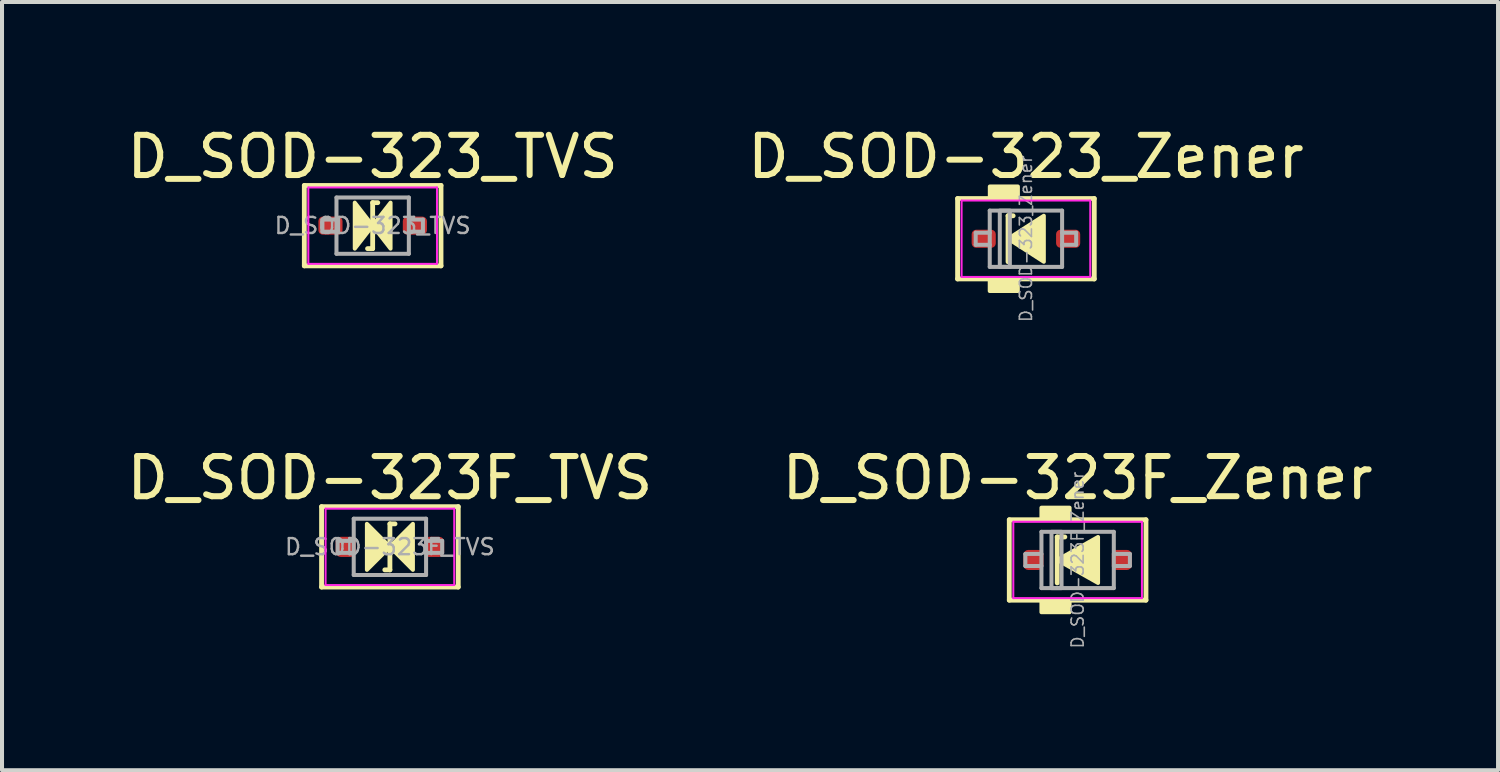
<source format=kicad_pcb>
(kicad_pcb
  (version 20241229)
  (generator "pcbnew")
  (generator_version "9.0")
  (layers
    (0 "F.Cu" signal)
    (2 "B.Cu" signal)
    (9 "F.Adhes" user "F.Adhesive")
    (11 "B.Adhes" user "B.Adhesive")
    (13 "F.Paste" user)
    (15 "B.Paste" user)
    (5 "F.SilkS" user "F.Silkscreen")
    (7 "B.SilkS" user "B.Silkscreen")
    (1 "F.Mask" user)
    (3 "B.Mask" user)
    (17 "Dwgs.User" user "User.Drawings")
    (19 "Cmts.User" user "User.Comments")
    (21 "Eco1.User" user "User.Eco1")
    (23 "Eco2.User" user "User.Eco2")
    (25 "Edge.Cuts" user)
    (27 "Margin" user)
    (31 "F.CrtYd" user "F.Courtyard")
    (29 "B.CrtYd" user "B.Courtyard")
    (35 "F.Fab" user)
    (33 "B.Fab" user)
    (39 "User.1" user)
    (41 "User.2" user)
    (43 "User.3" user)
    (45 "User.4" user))
  (footprint "D_SOD-323_Zener"
    (layer "F.Cu")
    (at 22.47 2.889)
    (property "Reference" "D_SOD-323_Zener" (at 0 -2.041 0) (layer "F.SilkS") (effects (font (size 1 1) (thickness 0.15))))
    (attr smd)
    (fp_line (start -1.7 -1) (end -1.7 1) (stroke (width 0.12) (type solid)) (layer "F.SilkS"))
    (fp_line (start -1.7 1) (end 1.7 1) (stroke (width 0.12) (type solid)) (layer "F.SilkS"))
    (fp_line (start -0.445 -0.572) (end -0.445 0.572) (stroke (width 0.12) (type solid)) (layer "F.SilkS"))
    (fp_line (start -0.445 -0.572) (end -0.318 -0.572) (stroke (width 0.12) (type solid)) (layer "F.SilkS"))
    (fp_line (start 1.7 -1) (end -1.7 -1) (stroke (width 0.12) (type solid)) (layer "F.SilkS"))
    (fp_line (start 1.7 1) (end 1.7 -1) (stroke (width 0.12) (type solid)) (layer "F.SilkS"))
    (fp_poly (pts (xy 0.445 0.572) (xy -0.445 0) (xy 0.445 -0.572)) (stroke (width 0.1) (type solid)) (fill yes) (layer "F.SilkS"))
    (fp_poly (pts (xy -0.202 1.3) (xy -0.9 1.3) (xy -0.9 1) (xy -0.202 1)) (stroke (width 0.1) (type solid)) (fill yes) (layer "F.SilkS"))
    (fp_poly (pts (xy -0.2 -1) (xy -0.898 -1) (xy -0.898 -1.3) (xy -0.2 -1.3)) (stroke (width 0.1) (type solid)) (fill yes) (layer "F.SilkS"))
    (fp_line (start -1.6 -0.95) (end -1.6 0.95) (stroke (width 0.05) (type solid)) (layer "F.CrtYd"))
    (fp_line (start -1.6 -0.95) (end 1.6 -0.95) (stroke (width 0.05) (type solid)) (layer "F.CrtYd"))
    (fp_line (start -1.6 0.95) (end 1.6 0.95) (stroke (width 0.05) (type solid)) (layer "F.CrtYd"))
    (fp_line (start 1.6 -0.95) (end 1.6 0.95) (stroke (width 0.05) (type solid)) (layer "F.CrtYd"))
    (fp_line (start -1.25 -0.15) (end -1.25 0.15) (stroke (width 0.1) (type solid)) (layer "F.Fab"))
    (fp_line (start -1.25 -0.15) (end -0.9 -0.15) (stroke (width 0.1) (type solid)) (layer "F.Fab"))
    (fp_line (start -1.25 0.15) (end -0.9 0.15) (stroke (width 0.1) (type solid)) (layer "F.Fab"))
    (fp_line (start -0.9 -0.7) (end 0.9 -0.7) (stroke (width 0.1) (type solid)) (layer "F.Fab"))
    (fp_line (start -0.9 0.7) (end -0.9 -0.7) (stroke (width 0.1) (type solid)) (layer "F.Fab"))
    (fp_line (start 0.9 -0.7) (end 0.9 0.7) (stroke (width 0.1) (type solid)) (layer "F.Fab"))
    (fp_line (start 0.9 0.7) (end -0.9 0.7) (stroke (width 0.1) (type solid)) (layer "F.Fab"))
    (fp_line (start 1.25 -0.15) (end 0.9 -0.15) (stroke (width 0.1) (type solid)) (layer "F.Fab"))
    (fp_line (start 1.25 0.15) (end 0.9 0.15) (stroke (width 0.1) (type solid)) (layer "F.Fab"))
    (fp_line (start 1.25 0.15) (end 1.25 -0.15) (stroke (width 0.1) (type solid)) (layer "F.Fab"))
    (fp_rect (start -0.65 -0.7) (end -0.4 0.7) (stroke (width 0.1) (type solid)) (fill no) (layer "F.Fab"))
    (fp_text user "${REFERENCE}" (at 0 0 90) (layer "F.Fab") (effects (font (size 0.3 0.3) (thickness 0.04))))
    (pad "1" smd roundrect (at -1.05 0) (size 0.6 0.45) (layers "F.Cu" "F.Mask" "F.Paste") (roundrect_rratio 0.25))
    (pad "2" smd roundrect (at 1.05 0) (size 0.6 0.45) (layers "F.Cu" "F.Mask" "F.Paste") (roundrect_rratio 0.25)))
  (footprint "D_SOD-323F_Zener"
    (layer "F.Cu")
    (at 23.756 10.879)
    (property "Reference" "D_SOD-323F_Zener" (at 0 -2.041 0) (layer "F.SilkS") (effects (font (size 1 1) (thickness 0.15))))
    (attr smd)
    (fp_line (start -1.7 -1) (end -1.7 1) (stroke (width 0.12) (type solid)) (layer "F.SilkS"))
    (fp_line (start -1.7 1) (end 1.7 1) (stroke (width 0.12) (type solid)) (layer "F.SilkS"))
    (fp_line (start -0.508 -0.572) (end -0.508 0.572) (stroke (width 0.12) (type solid)) (layer "F.SilkS"))
    (fp_line (start -0.508 -0.572) (end -0.318 -0.572) (stroke (width 0.12) (type solid)) (layer "F.SilkS"))
    (fp_line (start 1.7 -1) (end -1.7 -1) (stroke (width 0.12) (type solid)) (layer "F.SilkS"))
    (fp_line (start 1.7 1) (end 1.7 -1) (stroke (width 0.12) (type solid)) (layer "F.SilkS"))
    (fp_poly (pts (xy 0.508 0.572) (xy -0.508 0) (xy 0.508 -0.572)) (stroke (width 0.1) (type solid)) (fill yes) (layer "F.SilkS"))
    (fp_poly (pts (xy -0.2 -1) (xy -0.9 -1) (xy -0.9 -1.3) (xy -0.2 -1.3)) (stroke (width 0.1) (type solid)) (fill yes) (layer "F.SilkS"))
    (fp_poly (pts (xy -0.2 1.3) (xy -0.9 1.3) (xy -0.9 1) (xy -0.2 1)) (stroke (width 0.1) (type solid)) (fill yes) (layer "F.SilkS"))
    (fp_line (start -1.6 -0.95) (end -1.6 0.95) (stroke (width 0.05) (type solid)) (layer "F.CrtYd"))
    (fp_line (start -1.6 -0.95) (end 1.6 -0.95) (stroke (width 0.05) (type solid)) (layer "F.CrtYd"))
    (fp_line (start -1.6 0.95) (end 1.6 0.95) (stroke (width 0.05) (type solid)) (layer "F.CrtYd"))
    (fp_line (start 1.6 -0.95) (end 1.6 0.95) (stroke (width 0.05) (type solid)) (layer "F.CrtYd"))
    (fp_line (start -1.3 -0.15) (end -1.3 0.15) (stroke (width 0.1) (type solid)) (layer "F.Fab"))
    (fp_line (start -1.3 -0.15) (end -0.9 -0.15) (stroke (width 0.1) (type solid)) (layer "F.Fab"))
    (fp_line (start -1.3 0.15) (end -0.9 0.15) (stroke (width 0.1) (type solid)) (layer "F.Fab"))
    (fp_line (start -0.9 -0.7) (end 0.9 -0.7) (stroke (width 0.1) (type solid)) (layer "F.Fab"))
    (fp_line (start -0.9 0.7) (end -0.9 -0.7) (stroke (width 0.1) (type solid)) (layer "F.Fab"))
    (fp_line (start 0.9 -0.7) (end 0.9 0.7) (stroke (width 0.1) (type solid)) (layer "F.Fab"))
    (fp_line (start 0.9 0.7) (end -0.9 0.7) (stroke (width 0.1) (type solid)) (layer "F.Fab"))
    (fp_line (start 1.3 -0.15) (end 0.9 -0.15) (stroke (width 0.1) (type solid)) (layer "F.Fab"))
    (fp_line (start 1.3 0.15) (end 0.9 0.15) (stroke (width 0.1) (type solid)) (layer "F.Fab"))
    (fp_line (start 1.3 0.15) (end 1.3 -0.15) (stroke (width 0.1) (type solid)) (layer "F.Fab"))
    (fp_rect (start -0.65 -0.7) (end -0.4 0.7) (stroke (width 0.1) (type solid)) (fill no) (layer "F.Fab"))
    (fp_text user "${REFERENCE}" (at 0 0 90) (layer "F.Fab") (effects (font (size 0.3 0.3) (thickness 0.04))))
    (pad "1" smd roundrect (at -1.1 0) (size 0.5 0.5) (layers "F.Cu" "F.Mask" "F.Paste") (roundrect_rratio 0.25))
    (pad "2" smd roundrect (at 1.1 0) (size 0.5 0.5) (layers "F.Cu" "F.Mask" "F.Paste") (roundrect_rratio 0.25)))
  (footprint "D_SOD-323_TVS"
    (layer "F.Cu")
    (at 6.22 2.563)
    (property "Reference" "D_SOD-323_TVS" (at 0 -1.714 0) (layer "F.SilkS") (effects (font (size 1 1) (thickness 0.15))))
    (attr smd)
    (fp_line (start -1.7 -1) (end -1.7 1) (stroke (width 0.12) (type solid)) (layer "F.SilkS"))
    (fp_line (start -1.7 1) (end 1.7 1) (stroke (width 0.12) (type solid)) (layer "F.SilkS"))
    (fp_line (start -0.127 0.572) (end 0 0.572) (stroke (width 0.12) (type solid)) (layer "F.SilkS"))
    (fp_line (start 0 -0.572) (end 0 0.572) (stroke (width 0.12) (type solid)) (layer "F.SilkS"))
    (fp_line (start 0 -0.572) (end 0.127 -0.572) (stroke (width 0.12) (type solid)) (layer "F.SilkS"))
    (fp_line (start 1.7 -1) (end -1.7 -1) (stroke (width 0.12) (type solid)) (layer "F.SilkS"))
    (fp_line (start 1.7 1) (end 1.7 -1) (stroke (width 0.12) (type solid)) (layer "F.SilkS"))
    (fp_poly (pts (xy 0 0) (xy -0.445 0.572) (xy -0.445 -0.572)) (stroke (width 0.1) (type solid)) (fill yes) (layer "F.SilkS"))
    (fp_poly (pts (xy 0 0) (xy 0.445 -0.572) (xy 0.445 0.572)) (stroke (width 0.1) (type solid)) (fill yes) (layer "F.SilkS"))
    (fp_line (start -1.6 -0.95) (end -1.6 0.95) (stroke (width 0.05) (type solid)) (layer "F.CrtYd"))
    (fp_line (start -1.6 -0.95) (end 1.6 -0.95) (stroke (width 0.05) (type solid)) (layer "F.CrtYd"))
    (fp_line (start -1.6 0.95) (end 1.6 0.95) (stroke (width 0.05) (type solid)) (layer "F.CrtYd"))
    (fp_line (start 1.6 -0.95) (end 1.6 0.95) (stroke (width 0.05) (type solid)) (layer "F.CrtYd"))
    (fp_line (start -1.25 -0.15) (end -1.25 0.15) (stroke (width 0.1) (type solid)) (layer "F.Fab"))
    (fp_line (start -1.25 -0.15) (end -0.9 -0.15) (stroke (width 0.1) (type solid)) (layer "F.Fab"))
    (fp_line (start -1.25 0.15) (end -0.9 0.15) (stroke (width 0.1) (type solid)) (layer "F.Fab"))
    (fp_line (start -0.9 -0.7) (end 0.9 -0.7) (stroke (width 0.1) (type solid)) (layer "F.Fab"))
    (fp_line (start -0.9 0.7) (end -0.9 -0.7) (stroke (width 0.1) (type solid)) (layer "F.Fab"))
    (fp_line (start 0.9 -0.7) (end 0.9 0.7) (stroke (width 0.1) (type solid)) (layer "F.Fab"))
    (fp_line (start 0.9 0.7) (end -0.9 0.7) (stroke (width 0.1) (type solid)) (layer "F.Fab"))
    (fp_line (start 1.25 -0.15) (end 0.9 -0.15) (stroke (width 0.1) (type solid)) (layer "F.Fab"))
    (fp_line (start 1.25 0.15) (end 0.9 0.15) (stroke (width 0.1) (type solid)) (layer "F.Fab"))
    (fp_line (start 1.25 0.15) (end 1.25 -0.15) (stroke (width 0.1) (type solid)) (layer "F.Fab"))
    (fp_text user "${REFERENCE}" (at 0 0 0) (layer "F.Fab") (effects (font (size 0.4 0.4) (thickness 0.06))))
    (pad "1" smd roundrect (at -1.05 0) (size 0.6 0.45) (layers "F.Cu" "F.Mask" "F.Paste") (roundrect_rratio 0.25))
    (pad "2" smd roundrect (at 1.05 0) (size 0.6 0.45) (layers "F.Cu" "F.Mask" "F.Paste") (roundrect_rratio 0.25)))
  (footprint "D_SOD-323F_TVS"
    (layer "F.Cu")
    (at 6.649 10.553)
    (property "Reference" "D_SOD-323F_TVS" (at 0 -1.714 0) (layer "F.SilkS") (effects (font (size 1 1) (thickness 0.15))))
    (attr smd)
    (fp_line (start -1.7 -1) (end -1.7 1) (stroke (width 0.12) (type solid)) (layer "F.SilkS"))
    (fp_line (start -1.7 1) (end 1.7 1) (stroke (width 0.12) (type solid)) (layer "F.SilkS"))
    (fp_line (start -0.127 0.572) (end 0 0.572) (stroke (width 0.12) (type solid)) (layer "F.SilkS"))
    (fp_line (start 0 -0.572) (end 0 0.572) (stroke (width 0.12) (type solid)) (layer "F.SilkS"))
    (fp_line (start 0 -0.572) (end 0.127 -0.572) (stroke (width 0.12) (type solid)) (layer "F.SilkS"))
    (fp_line (start 1.7 -1) (end -1.7 -1) (stroke (width 0.12) (type solid)) (layer "F.SilkS"))
    (fp_line (start 1.7 1) (end 1.7 -1) (stroke (width 0.12) (type solid)) (layer "F.SilkS"))
    (fp_poly (pts (xy 0 0) (xy -0.572 0.572) (xy -0.572 -0.572)) (stroke (width 0.1) (type solid)) (fill yes) (layer "F.SilkS"))
    (fp_poly (pts (xy 0 0) (xy 0.572 -0.572) (xy 0.572 0.572)) (stroke (width 0.1) (type solid)) (fill yes) (layer "F.SilkS"))
    (fp_line (start -1.6 -0.95) (end -1.6 0.95) (stroke (width 0.05) (type solid)) (layer "F.CrtYd"))
    (fp_line (start -1.6 -0.95) (end 1.6 -0.95) (stroke (width 0.05) (type solid)) (layer "F.CrtYd"))
    (fp_line (start -1.6 0.95) (end 1.6 0.95) (stroke (width 0.05) (type solid)) (layer "F.CrtYd"))
    (fp_line (start 1.6 -0.95) (end 1.6 0.95) (stroke (width 0.05) (type solid)) (layer "F.CrtYd"))
    (fp_line (start -1.3 -0.15) (end -1.3 0.15) (stroke (width 0.1) (type solid)) (layer "F.Fab"))
    (fp_line (start -1.3 -0.15) (end -0.9 -0.15) (stroke (width 0.1) (type solid)) (layer "F.Fab"))
    (fp_line (start -1.3 0.15) (end -0.9 0.15) (stroke (width 0.1) (type solid)) (layer "F.Fab"))
    (fp_line (start -0.9 -0.7) (end 0.9 -0.7) (stroke (width 0.1) (type solid)) (layer "F.Fab"))
    (fp_line (start -0.9 0.7) (end -0.9 -0.7) (stroke (width 0.1) (type solid)) (layer "F.Fab"))
    (fp_line (start 0.9 -0.7) (end 0.9 0.7) (stroke (width 0.1) (type solid)) (layer "F.Fab"))
    (fp_line (start 0.9 0.7) (end -0.9 0.7) (stroke (width 0.1) (type solid)) (layer "F.Fab"))
    (fp_line (start 1.3 -0.15) (end 0.9 -0.15) (stroke (width 0.1) (type solid)) (layer "F.Fab"))
    (fp_line (start 1.3 0.15) (end 0.9 0.15) (stroke (width 0.1) (type solid)) (layer "F.Fab"))
    (fp_line (start 1.3 0.15) (end 1.3 -0.15) (stroke (width 0.1) (type solid)) (layer "F.Fab"))
    (fp_text user "${REFERENCE}" (at 0 0 0) (layer "F.Fab") (effects (font (size 0.4 0.4) (thickness 0.06))))
    (pad "1" smd roundrect (at -1.1 0) (size 0.5 0.5) (layers "F.Cu" "F.Mask" "F.Paste") (roundrect_rratio 0.25))
    (pad "2" smd roundrect (at 1.1 0) (size 0.5 0.5) (layers "F.Cu" "F.Mask" "F.Paste") (roundrect_rratio 0.25)))
  (gr_rect
    (start -3 -3)
    (end 34.214 16.109)
    (stroke (width 0.1) (type default))
    (fill no)
    (layer "Edge.Cuts")))
</source>
